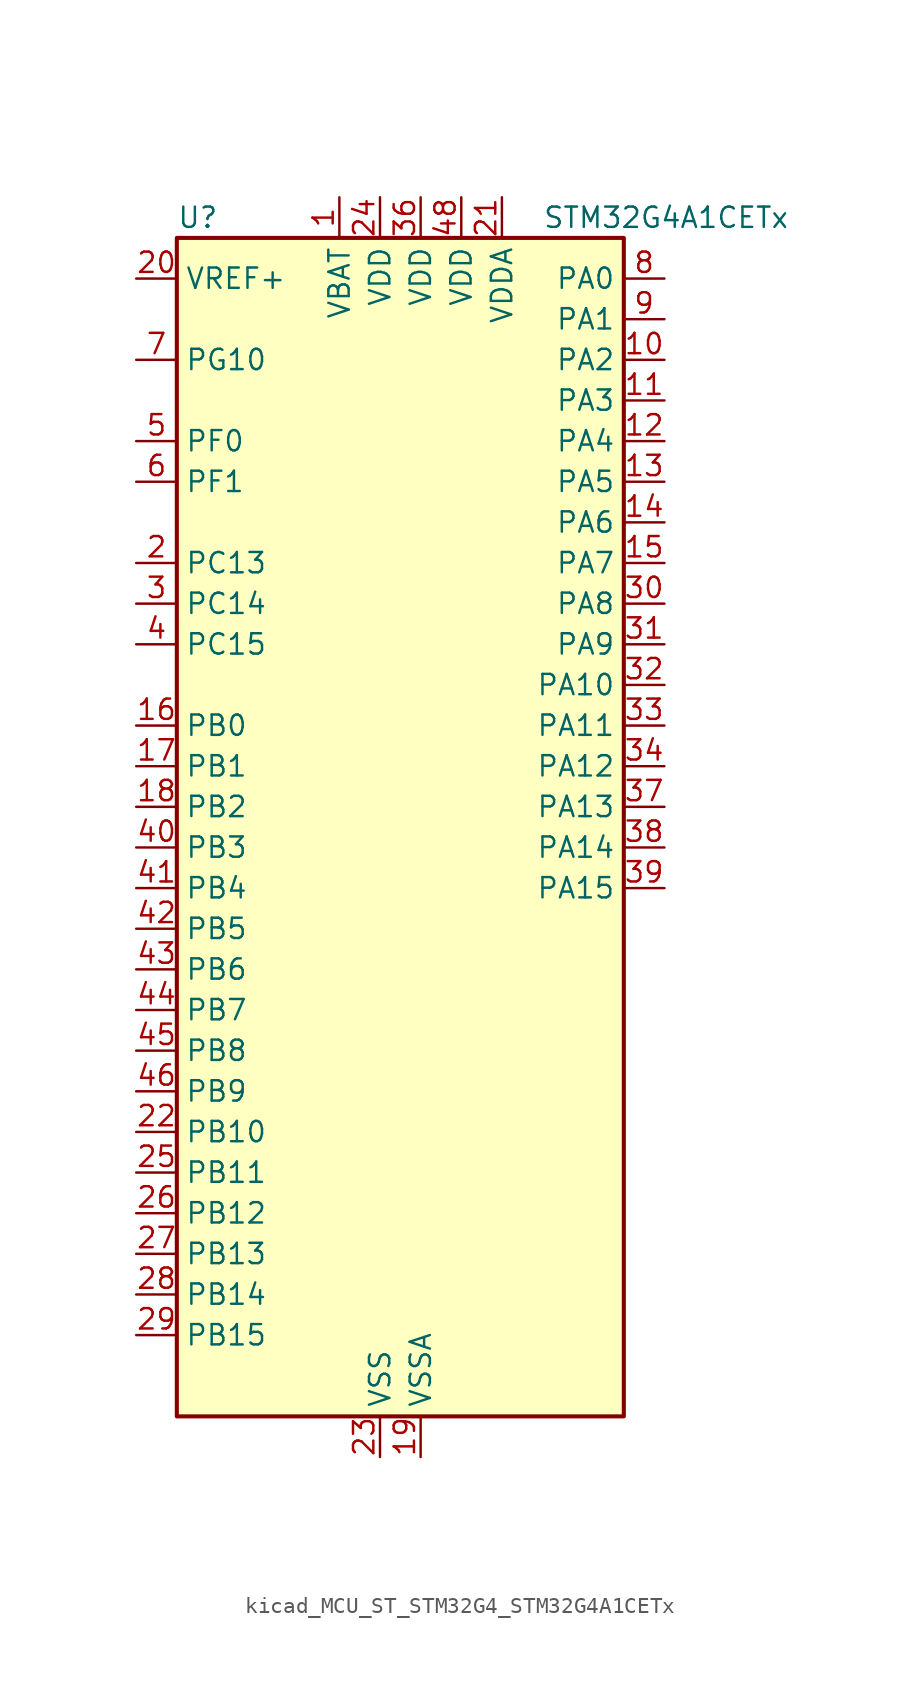
<source format=kicad_sym>
(kicad_symbol_lib
  (version 20220914)
  (generator kicad_symbol_editor)
  (symbol "kicad_MCU_ST_STM32G4_STM32G4A1CETx"
    (property "Reference" "U"
      (at -12.7 39.37 0)
      (effects (font (size 1.27 1.27)) (justify left)))
    (property "Value" "STM32G4A1CETx"
      (at 10.16 39.37 0)
      (effects (font (size 1.27 1.27)) (justify left)))
    (property "ki_locked" ""
      (at 0 0 0)
      (effects (font (size 1.27 1.27))))
    (symbol "kicad_MCU_ST_STM32G4_STM32G4A1CETx_0_1"
      (rectangle (start -12.7 -35.56) (end 15.24 38.1) (stroke (width 0.254) (type default)) (fill (type background))))
    (symbol "kicad_MCU_ST_STM32G4_STM32G4A1CETx_1_1"
      (pin power_in line (at -2.54 40.64 270) (length 2.54) (name "VBAT" (effects (font (size 1.27 1.27)))) (number "1" (effects (font (size 1.27 1.27)))))
      (pin bidirectional line (at 17.78 30.48 180) (length 2.54) (name "PA2" (effects (font (size 1.27 1.27)))) (number "10" (effects (font (size 1.27 1.27)))) (alternate "ADC1_IN3" bidirectional line) (alternate "ADC3_EXTI2" bidirectional line) (alternate "COMP2_INM" bidirectional line) (alternate "COMP2_OUT" bidirectional line) (alternate "LPUART1_TX" bidirectional line) (alternate "OPAMP1_VOUT" bidirectional line) (alternate "QUADSPI1_BK1_NCS" bidirectional line) (alternate "RCC_LSCO" bidirectional line) (alternate "SYS_WKUP4" bidirectional line) (alternate "TIM15_CH1" bidirectional line) (alternate "TIM2_CH3" bidirectional line) (alternate "UCPD1_FRSTX1" bidirectional line) (alternate "UCPD1_FRSTX2" bidirectional line) (alternate "USART2_TX" bidirectional line))
      (pin bidirectional line (at 17.78 27.94 180) (length 2.54) (name "PA3" (effects (font (size 1.27 1.27)))) (number "11" (effects (font (size 1.27 1.27)))) (alternate "ADC1_IN4" bidirectional line) (alternate "ADC3_EXTI3" bidirectional line) (alternate "COMP2_INP" bidirectional line) (alternate "LPUART1_RX" bidirectional line) (alternate "OPAMP1_VINM" bidirectional line) (alternate "OPAMP1_VINM0" bidirectional line) (alternate "OPAMP1_VINM_SEC" bidirectional line) (alternate "OPAMP1_VINP" bidirectional line) (alternate "OPAMP1_VINP_SEC" bidirectional line) (alternate "QUADSPI1_CLK" bidirectional line) (alternate "SAI1_CK1" bidirectional line) (alternate "SAI1_MCLK_A" bidirectional line) (alternate "TIM15_CH2" bidirectional line) (alternate "TIM2_CH4" bidirectional line) (alternate "USART2_RX" bidirectional line))
      (pin bidirectional line (at 17.78 25.4 180) (length 2.54) (name "PA4" (effects (font (size 1.27 1.27)))) (number "12" (effects (font (size 1.27 1.27)))) (alternate "ADC2_IN17" bidirectional line) (alternate "COMP1_INM" bidirectional line) (alternate "DAC1_OUT1" bidirectional line) (alternate "I2S3_WS" bidirectional line) (alternate "SAI1_FS_B" bidirectional line) (alternate "SPI1_NSS" bidirectional line) (alternate "SPI3_NSS" bidirectional line) (alternate "TIM3_CH2" bidirectional line) (alternate "USART2_CK" bidirectional line))
      (pin bidirectional line (at 17.78 22.86 180) (length 2.54) (name "PA5" (effects (font (size 1.27 1.27)))) (number "13" (effects (font (size 1.27 1.27)))) (alternate "ADC2_IN13" bidirectional line) (alternate "COMP2_INM" bidirectional line) (alternate "DAC1_OUT2" bidirectional line) (alternate "OPAMP2_VINM" bidirectional line) (alternate "OPAMP2_VINM0" bidirectional line) (alternate "OPAMP2_VINM_SEC" bidirectional line) (alternate "SPI1_SCK" bidirectional line) (alternate "TIM2_CH1" bidirectional line) (alternate "TIM2_ETR" bidirectional line) (alternate "UCPD1_FRSTX1" bidirectional line) (alternate "UCPD1_FRSTX2" bidirectional line))
      (pin bidirectional line (at 17.78 20.32 180) (length 2.54) (name "PA6" (effects (font (size 1.27 1.27)))) (number "14" (effects (font (size 1.27 1.27)))) (alternate "ADC2_IN3" bidirectional line) (alternate "COMP1_OUT" bidirectional line) (alternate "LPUART1_CTS" bidirectional line) (alternate "OPAMP2_VOUT" bidirectional line) (alternate "QUADSPI1_BK1_IO3" bidirectional line) (alternate "SPI1_MISO" bidirectional line) (alternate "TIM16_CH1" bidirectional line) (alternate "TIM1_BKIN" bidirectional line) (alternate "TIM3_CH1" bidirectional line) (alternate "TIM8_BKIN" bidirectional line))
      (pin bidirectional line (at 17.78 17.78 180) (length 2.54) (name "PA7" (effects (font (size 1.27 1.27)))) (number "15" (effects (font (size 1.27 1.27)))) (alternate "ADC2_IN4" bidirectional line) (alternate "COMP2_INP" bidirectional line) (alternate "COMP2_OUT" bidirectional line) (alternate "OPAMP1_VINP" bidirectional line) (alternate "OPAMP1_VINP_SEC" bidirectional line) (alternate "OPAMP2_VINP" bidirectional line) (alternate "OPAMP2_VINP_SEC" bidirectional line) (alternate "QUADSPI1_BK1_IO2" bidirectional line) (alternate "SPI1_MOSI" bidirectional line) (alternate "TIM17_CH1" bidirectional line) (alternate "TIM1_CH1N" bidirectional line) (alternate "TIM3_CH2" bidirectional line) (alternate "TIM8_CH1N" bidirectional line) (alternate "UCPD1_FRSTX1" bidirectional line) (alternate "UCPD1_FRSTX2" bidirectional line))
      (pin bidirectional line (at -15.24 7.62 0) (length 2.54) (name "PB0" (effects (font (size 1.27 1.27)))) (number "16" (effects (font (size 1.27 1.27)))) (alternate "ADC1_IN15" bidirectional line) (alternate "ADC3_IN12" bidirectional line) (alternate "COMP4_INP" bidirectional line) (alternate "OPAMP2_VINP" bidirectional line) (alternate "OPAMP2_VINP_SEC" bidirectional line) (alternate "OPAMP3_VINP" bidirectional line) (alternate "OPAMP3_VINP_SEC" bidirectional line) (alternate "QUADSPI1_BK1_IO1" bidirectional line) (alternate "TIM1_CH2N" bidirectional line) (alternate "TIM3_CH3" bidirectional line) (alternate "TIM8_CH2N" bidirectional line) (alternate "UCPD1_FRSTX1" bidirectional line) (alternate "UCPD1_FRSTX2" bidirectional line))
      (pin bidirectional line (at -15.24 5.08 0) (length 2.54) (name "PB1" (effects (font (size 1.27 1.27)))) (number "17" (effects (font (size 1.27 1.27)))) (alternate "ADC1_IN12" bidirectional line) (alternate "ADC3_IN1" bidirectional line) (alternate "COMP1_INP" bidirectional line) (alternate "COMP4_OUT" bidirectional line) (alternate "LPUART1_DE" bidirectional line) (alternate "LPUART1_RTS" bidirectional line) (alternate "OPAMP3_VOUT" bidirectional line) (alternate "OPAMP6_VINM" bidirectional line) (alternate "OPAMP6_VINM1" bidirectional line) (alternate "OPAMP6_VINM_SEC" bidirectional line) (alternate "QUADSPI1_BK1_IO0" bidirectional line) (alternate "TIM1_CH3N" bidirectional line) (alternate "TIM3_CH4" bidirectional line) (alternate "TIM8_CH3N" bidirectional line))
      (pin bidirectional line (at -15.24 2.54 0) (length 2.54) (name "PB2" (effects (font (size 1.27 1.27)))) (number "18" (effects (font (size 1.27 1.27)))) (alternate "ADC2_IN12" bidirectional line) (alternate "ADC3_EXTI2" bidirectional line) (alternate "COMP4_INM" bidirectional line) (alternate "I2C3_SMBA" bidirectional line) (alternate "LPTIM1_OUT" bidirectional line) (alternate "OPAMP3_VINM" bidirectional line) (alternate "OPAMP3_VINM0" bidirectional line) (alternate "OPAMP3_VINM_SEC" bidirectional line) (alternate "QUADSPI1_BK2_IO1" bidirectional line) (alternate "RTC_OUT2" bidirectional line) (alternate "TIM20_CH1" bidirectional line))
      (pin power_in line (at 2.54 -38.1 90) (length 2.54) (name "VSSA" (effects (font (size 1.27 1.27)))) (number "19" (effects (font (size 1.27 1.27)))))
      (pin bidirectional line (at -15.24 17.78 0) (length 2.54) (name "PC13" (effects (font (size 1.27 1.27)))) (number "2" (effects (font (size 1.27 1.27)))) (alternate "RTC_OUT1" bidirectional line) (alternate "RTC_TAMP1" bidirectional line) (alternate "RTC_TS" bidirectional line) (alternate "SYS_WKUP2" bidirectional line) (alternate "TIM1_BKIN" bidirectional line) (alternate "TIM1_CH1N" bidirectional line) (alternate "TIM8_CH4N" bidirectional line))
      (pin input line (at -15.24 35.56 0) (length 2.54) (name "VREF+" (effects (font (size 1.27 1.27)))) (number "20" (effects (font (size 1.27 1.27)))) (alternate "VREFBUF_OUT" bidirectional line))
      (pin power_in line (at 7.62 40.64 270) (length 2.54) (name "VDDA" (effects (font (size 1.27 1.27)))) (number "21" (effects (font (size 1.27 1.27)))))
      (pin bidirectional line (at -15.24 -17.78 0) (length 2.54) (name "PB10" (effects (font (size 1.27 1.27)))) (number "22" (effects (font (size 1.27 1.27)))) (alternate "DAC1_EXTI10" bidirectional line) (alternate "DAC3_EXTI10" bidirectional line) (alternate "LPUART1_RX" bidirectional line) (alternate "OPAMP3_VINM" bidirectional line) (alternate "OPAMP3_VINM1" bidirectional line) (alternate "OPAMP3_VINM_SEC" bidirectional line) (alternate "QUADSPI1_CLK" bidirectional line) (alternate "SAI1_SCK_A" bidirectional line) (alternate "TIM1_BKIN" bidirectional line) (alternate "TIM2_CH3" bidirectional line) (alternate "USART3_TX" bidirectional line))
      (pin power_in line (at 0 -38.1 90) (length 2.54) (name "VSS" (effects (font (size 1.27 1.27)))) (number "23" (effects (font (size 1.27 1.27)))))
      (pin power_in line (at 0 40.64 270) (length 2.54) (name "VDD" (effects (font (size 1.27 1.27)))) (number "24" (effects (font (size 1.27 1.27)))))
      (pin bidirectional line (at -15.24 -20.32 0) (length 2.54) (name "PB11" (effects (font (size 1.27 1.27)))) (number "25" (effects (font (size 1.27 1.27)))) (alternate "ADC1_EXTI11" bidirectional line) (alternate "ADC1_IN14" bidirectional line) (alternate "ADC2_EXTI11" bidirectional line) (alternate "ADC2_IN14" bidirectional line) (alternate "LPUART1_TX" bidirectional line) (alternate "OPAMP6_VOUT" bidirectional line) (alternate "QUADSPI1_BK1_NCS" bidirectional line) (alternate "TIM2_CH4" bidirectional line) (alternate "USART3_RX" bidirectional line))
      (pin bidirectional line (at -15.24 -22.86 0) (length 2.54) (name "PB12" (effects (font (size 1.27 1.27)))) (number "26" (effects (font (size 1.27 1.27)))) (alternate "ADC1_IN11" bidirectional line) (alternate "FDCAN2_RX" bidirectional line) (alternate "I2C2_SMBA" bidirectional line) (alternate "I2S2_WS" bidirectional line) (alternate "LPUART1_DE" bidirectional line) (alternate "LPUART1_RTS" bidirectional line) (alternate "OPAMP6_VINP" bidirectional line) (alternate "OPAMP6_VINP_SEC" bidirectional line) (alternate "SPI2_NSS" bidirectional line) (alternate "TIM1_BKIN" bidirectional line) (alternate "USART3_CK" bidirectional line))
      (pin bidirectional line (at -15.24 -25.4 0) (length 2.54) (name "PB13" (effects (font (size 1.27 1.27)))) (number "27" (effects (font (size 1.27 1.27)))) (alternate "ADC3_IN5" bidirectional line) (alternate "FDCAN2_TX" bidirectional line) (alternate "I2S2_CK" bidirectional line) (alternate "LPUART1_CTS" bidirectional line) (alternate "OPAMP3_VINP" bidirectional line) (alternate "OPAMP3_VINP_SEC" bidirectional line) (alternate "OPAMP6_VINP" bidirectional line) (alternate "OPAMP6_VINP_SEC" bidirectional line) (alternate "SPI2_SCK" bidirectional line) (alternate "TIM1_CH1N" bidirectional line) (alternate "USART3_CTS" bidirectional line) (alternate "USART3_NSS" bidirectional line))
      (pin bidirectional line (at -15.24 -27.94 0) (length 2.54) (name "PB14" (effects (font (size 1.27 1.27)))) (number "28" (effects (font (size 1.27 1.27)))) (alternate "ADC1_IN5" bidirectional line) (alternate "COMP4_OUT" bidirectional line) (alternate "OPAMP2_VINP" bidirectional line) (alternate "OPAMP2_VINP_SEC" bidirectional line) (alternate "SPI2_MISO" bidirectional line) (alternate "TIM15_CH1" bidirectional line) (alternate "TIM1_CH2N" bidirectional line) (alternate "USART3_DE" bidirectional line) (alternate "USART3_RTS" bidirectional line))
      (pin bidirectional line (at -15.24 -30.48 0) (length 2.54) (name "PB15" (effects (font (size 1.27 1.27)))) (number "29" (effects (font (size 1.27 1.27)))) (alternate "ADC1_EXTI15" bidirectional line) (alternate "ADC2_EXTI15" bidirectional line) (alternate "ADC2_IN15" bidirectional line) (alternate "COMP3_OUT" bidirectional line) (alternate "I2S2_SD" bidirectional line) (alternate "RTC_REFIN" bidirectional line) (alternate "SPI2_MOSI" bidirectional line) (alternate "TIM15_CH1N" bidirectional line) (alternate "TIM15_CH2" bidirectional line) (alternate "TIM1_CH3N" bidirectional line))
      (pin bidirectional line (at -15.24 15.24 0) (length 2.54) (name "PC14" (effects (font (size 1.27 1.27)))) (number "3" (effects (font (size 1.27 1.27)))) (alternate "RCC_OSC32_IN" bidirectional line))
      (pin bidirectional line (at 17.78 15.24 180) (length 2.54) (name "PA8" (effects (font (size 1.27 1.27)))) (number "30" (effects (font (size 1.27 1.27)))) (alternate "I2C2_SDA" bidirectional line) (alternate "I2C3_SCL" bidirectional line) (alternate "I2S2_MCK" bidirectional line) (alternate "RCC_MCO" bidirectional line) (alternate "SAI1_CK2" bidirectional line) (alternate "SAI1_SCK_A" bidirectional line) (alternate "TIM1_CH1" bidirectional line) (alternate "TIM4_ETR" bidirectional line) (alternate "USART1_CK" bidirectional line))
      (pin bidirectional line (at 17.78 12.7 180) (length 2.54) (name "PA9" (effects (font (size 1.27 1.27)))) (number "31" (effects (font (size 1.27 1.27)))) (alternate "DAC1_EXTI9" bidirectional line) (alternate "DAC3_EXTI9" bidirectional line) (alternate "I2C2_SCL" bidirectional line) (alternate "I2C3_SMBA" bidirectional line) (alternate "I2S3_MCK" bidirectional line) (alternate "SAI1_FS_A" bidirectional line) (alternate "TIM15_BKIN" bidirectional line) (alternate "TIM1_CH2" bidirectional line) (alternate "TIM2_CH3" bidirectional line) (alternate "UCPD1_DBCC1" bidirectional line) (alternate "USART1_TX" bidirectional line))
      (pin bidirectional line (at 17.78 10.16 180) (length 2.54) (name "PA10" (effects (font (size 1.27 1.27)))) (number "32" (effects (font (size 1.27 1.27)))) (alternate "CRS_SYNC" bidirectional line) (alternate "DAC1_EXTI10" bidirectional line) (alternate "DAC3_EXTI10" bidirectional line) (alternate "I2C2_SMBA" bidirectional line) (alternate "SAI1_D1" bidirectional line) (alternate "SAI1_SD_A" bidirectional line) (alternate "SPI2_MISO" bidirectional line) (alternate "TIM17_BKIN" bidirectional line) (alternate "TIM1_CH3" bidirectional line) (alternate "TIM2_CH4" bidirectional line) (alternate "TIM8_BKIN" bidirectional line) (alternate "UCPD1_DBCC2" bidirectional line) (alternate "USART1_RX" bidirectional line))
      (pin bidirectional line (at 17.78 7.62 180) (length 2.54) (name "PA11" (effects (font (size 1.27 1.27)))) (number "33" (effects (font (size 1.27 1.27)))) (alternate "ADC1_EXTI11" bidirectional line) (alternate "ADC2_EXTI11" bidirectional line) (alternate "COMP1_OUT" bidirectional line) (alternate "FDCAN1_RX" bidirectional line) (alternate "I2S2_SD" bidirectional line) (alternate "SPI2_MOSI" bidirectional line) (alternate "TIM1_BKIN2" bidirectional line) (alternate "TIM1_CH1N" bidirectional line) (alternate "TIM1_CH4" bidirectional line) (alternate "TIM4_CH1" bidirectional line) (alternate "USART1_CTS" bidirectional line) (alternate "USART1_NSS" bidirectional line) (alternate "USB_DM" bidirectional line))
      (pin bidirectional line (at 17.78 5.08 180) (length 2.54) (name "PA12" (effects (font (size 1.27 1.27)))) (number "34" (effects (font (size 1.27 1.27)))) (alternate "COMP2_OUT" bidirectional line) (alternate "FDCAN1_TX" bidirectional line) (alternate "I2S_CKIN" bidirectional line) (alternate "TIM16_CH1" bidirectional line) (alternate "TIM1_CH2N" bidirectional line) (alternate "TIM1_ETR" bidirectional line) (alternate "TIM4_CH2" bidirectional line) (alternate "USART1_DE" bidirectional line) (alternate "USART1_RTS" bidirectional line) (alternate "USB_DP" bidirectional line))
      (pin passive line (at 0 -38.1 90) (length 2.54) hide (name "VSS" (effects (font (size 1.27 1.27)))) (number "35" (effects (font (size 1.27 1.27)))))
      (pin power_in line (at 2.54 40.64 270) (length 2.54) (name "VDD" (effects (font (size 1.27 1.27)))) (number "36" (effects (font (size 1.27 1.27)))))
      (pin bidirectional line (at 17.78 2.54 180) (length 2.54) (name "PA13" (effects (font (size 1.27 1.27)))) (number "37" (effects (font (size 1.27 1.27)))) (alternate "I2C1_SCL" bidirectional line) (alternate "IR_OUT" bidirectional line) (alternate "SAI1_SD_B" bidirectional line) (alternate "SYS_JTMS-SWDIO" bidirectional line) (alternate "TIM16_CH1N" bidirectional line) (alternate "TIM4_CH3" bidirectional line) (alternate "USART3_CTS" bidirectional line) (alternate "USART3_NSS" bidirectional line))
      (pin bidirectional line (at 17.78 0 180) (length 2.54) (name "PA14" (effects (font (size 1.27 1.27)))) (number "38" (effects (font (size 1.27 1.27)))) (alternate "I2C1_SDA" bidirectional line) (alternate "LPTIM1_OUT" bidirectional line) (alternate "SAI1_FS_B" bidirectional line) (alternate "SYS_JTCK-SWCLK" bidirectional line) (alternate "TIM1_BKIN" bidirectional line) (alternate "TIM8_CH2" bidirectional line) (alternate "USART2_TX" bidirectional line))
      (pin bidirectional line (at 17.78 -2.54 180) (length 2.54) (name "PA15" (effects (font (size 1.27 1.27)))) (number "39" (effects (font (size 1.27 1.27)))) (alternate "ADC1_EXTI15" bidirectional line) (alternate "ADC2_EXTI15" bidirectional line) (alternate "I2C1_SCL" bidirectional line) (alternate "I2S3_WS" bidirectional line) (alternate "SPI1_NSS" bidirectional line) (alternate "SPI3_NSS" bidirectional line) (alternate "SYS_JTDI" bidirectional line) (alternate "TIM1_BKIN" bidirectional line) (alternate "TIM20_ETR" bidirectional line) (alternate "TIM2_CH1" bidirectional line) (alternate "TIM2_ETR" bidirectional line) (alternate "TIM8_CH1" bidirectional line) (alternate "USART2_RX" bidirectional line))
      (pin bidirectional line (at -15.24 12.7 0) (length 2.54) (name "PC15" (effects (font (size 1.27 1.27)))) (number "4" (effects (font (size 1.27 1.27)))) (alternate "ADC1_EXTI15" bidirectional line) (alternate "ADC2_EXTI15" bidirectional line) (alternate "RCC_OSC32_OUT" bidirectional line))
      (pin bidirectional line (at -15.24 0 0) (length 2.54) (name "PB3" (effects (font (size 1.27 1.27)))) (number "40" (effects (font (size 1.27 1.27)))) (alternate "ADC3_EXTI3" bidirectional line) (alternate "CRS_SYNC" bidirectional line) (alternate "I2S3_CK" bidirectional line) (alternate "SAI1_SCK_B" bidirectional line) (alternate "SPI1_SCK" bidirectional line) (alternate "SPI3_SCK" bidirectional line) (alternate "SYS_JTDO-SWO" bidirectional line) (alternate "TIM2_CH2" bidirectional line) (alternate "TIM3_ETR" bidirectional line) (alternate "TIM4_ETR" bidirectional line) (alternate "TIM8_CH1N" bidirectional line) (alternate "USART2_TX" bidirectional line))
      (pin bidirectional line (at -15.24 -2.54 0) (length 2.54) (name "PB4" (effects (font (size 1.27 1.27)))) (number "41" (effects (font (size 1.27 1.27)))) (alternate "SAI1_MCLK_B" bidirectional line) (alternate "SPI1_MISO" bidirectional line) (alternate "SPI3_MISO" bidirectional line) (alternate "SYS_JTRST" bidirectional line) (alternate "TIM16_CH1" bidirectional line) (alternate "TIM17_BKIN" bidirectional line) (alternate "TIM3_CH1" bidirectional line) (alternate "TIM8_CH2N" bidirectional line) (alternate "UCPD1_CC2" bidirectional line) (alternate "USART2_RX" bidirectional line))
      (pin bidirectional line (at -15.24 -5.08 0) (length 2.54) (name "PB5" (effects (font (size 1.27 1.27)))) (number "42" (effects (font (size 1.27 1.27)))) (alternate "FDCAN2_RX" bidirectional line) (alternate "I2C1_SMBA" bidirectional line) (alternate "I2C3_SDA" bidirectional line) (alternate "I2S3_SD" bidirectional line) (alternate "LPTIM1_IN1" bidirectional line) (alternate "SAI1_SD_B" bidirectional line) (alternate "SPI1_MOSI" bidirectional line) (alternate "SPI3_MOSI" bidirectional line) (alternate "TIM16_BKIN" bidirectional line) (alternate "TIM17_CH1" bidirectional line) (alternate "TIM3_CH2" bidirectional line) (alternate "TIM8_CH3N" bidirectional line) (alternate "USART2_CK" bidirectional line))
      (pin bidirectional line (at -15.24 -7.62 0) (length 2.54) (name "PB6" (effects (font (size 1.27 1.27)))) (number "43" (effects (font (size 1.27 1.27)))) (alternate "COMP4_OUT" bidirectional line) (alternate "FDCAN2_TX" bidirectional line) (alternate "LPTIM1_ETR" bidirectional line) (alternate "SAI1_FS_B" bidirectional line) (alternate "TIM16_CH1N" bidirectional line) (alternate "TIM4_CH1" bidirectional line) (alternate "TIM8_BKIN2" bidirectional line) (alternate "TIM8_CH1" bidirectional line) (alternate "TIM8_ETR" bidirectional line) (alternate "UCPD1_CC1" bidirectional line) (alternate "USART1_TX" bidirectional line))
      (pin bidirectional line (at -15.24 -10.16 0) (length 2.54) (name "PB7" (effects (font (size 1.27 1.27)))) (number "44" (effects (font (size 1.27 1.27)))) (alternate "COMP3_OUT" bidirectional line) (alternate "I2C1_SDA" bidirectional line) (alternate "LPTIM1_IN2" bidirectional line) (alternate "SYS_PVD_IN" bidirectional line) (alternate "TIM17_CH1N" bidirectional line) (alternate "TIM3_CH4" bidirectional line) (alternate "TIM4_CH2" bidirectional line) (alternate "TIM8_BKIN" bidirectional line) (alternate "USART1_RX" bidirectional line))
      (pin bidirectional line (at -15.24 -12.7 0) (length 2.54) (name "PB8" (effects (font (size 1.27 1.27)))) (number "45" (effects (font (size 1.27 1.27)))) (alternate "COMP1_OUT" bidirectional line) (alternate "FDCAN1_RX" bidirectional line) (alternate "I2C1_SCL" bidirectional line) (alternate "SAI1_CK1" bidirectional line) (alternate "SAI1_MCLK_A" bidirectional line) (alternate "TIM16_CH1" bidirectional line) (alternate "TIM1_BKIN" bidirectional line) (alternate "TIM4_CH3" bidirectional line) (alternate "TIM8_CH2" bidirectional line) (alternate "USART3_RX" bidirectional line))
      (pin bidirectional line (at -15.24 -15.24 0) (length 2.54) (name "PB9" (effects (font (size 1.27 1.27)))) (number "46" (effects (font (size 1.27 1.27)))) (alternate "COMP2_OUT" bidirectional line) (alternate "DAC1_EXTI9" bidirectional line) (alternate "DAC3_EXTI9" bidirectional line) (alternate "FDCAN1_TX" bidirectional line) (alternate "I2C1_SDA" bidirectional line) (alternate "IR_OUT" bidirectional line) (alternate "SAI1_D2" bidirectional line) (alternate "SAI1_FS_A" bidirectional line) (alternate "TIM17_CH1" bidirectional line) (alternate "TIM1_CH3N" bidirectional line) (alternate "TIM4_CH4" bidirectional line) (alternate "TIM8_CH3" bidirectional line) (alternate "USART3_TX" bidirectional line))
      (pin passive line (at 0 -38.1 90) (length 2.54) hide (name "VSS" (effects (font (size 1.27 1.27)))) (number "47" (effects (font (size 1.27 1.27)))))
      (pin power_in line (at 5.08 40.64 270) (length 2.54) (name "VDD" (effects (font (size 1.27 1.27)))) (number "48" (effects (font (size 1.27 1.27)))))
      (pin bidirectional line (at -15.24 25.4 0) (length 2.54) (name "PF0" (effects (font (size 1.27 1.27)))) (number "5" (effects (font (size 1.27 1.27)))) (alternate "ADC1_IN10" bidirectional line) (alternate "I2C2_SDA" bidirectional line) (alternate "I2S2_WS" bidirectional line) (alternate "RCC_OSC_IN" bidirectional line) (alternate "SPI2_NSS" bidirectional line) (alternate "TIM1_CH3N" bidirectional line))
      (pin bidirectional line (at -15.24 22.86 0) (length 2.54) (name "PF1" (effects (font (size 1.27 1.27)))) (number "6" (effects (font (size 1.27 1.27)))) (alternate "ADC2_IN10" bidirectional line) (alternate "COMP3_INM" bidirectional line) (alternate "I2S2_CK" bidirectional line) (alternate "RCC_OSC_OUT" bidirectional line) (alternate "SPI2_SCK" bidirectional line))
      (pin bidirectional line (at -15.24 30.48 0) (length 2.54) (name "PG10" (effects (font (size 1.27 1.27)))) (number "7" (effects (font (size 1.27 1.27)))) (alternate "DAC1_EXTI10" bidirectional line) (alternate "DAC3_EXTI10" bidirectional line) (alternate "RCC_MCO" bidirectional line))
      (pin bidirectional line (at 17.78 35.56 180) (length 2.54) (name "PA0" (effects (font (size 1.27 1.27)))) (number "8" (effects (font (size 1.27 1.27)))) (alternate "ADC1_IN1" bidirectional line) (alternate "ADC2_IN1" bidirectional line) (alternate "COMP1_INM" bidirectional line) (alternate "COMP1_OUT" bidirectional line) (alternate "COMP3_INP" bidirectional line) (alternate "RTC_TAMP2" bidirectional line) (alternate "SYS_WKUP1" bidirectional line) (alternate "TIM2_CH1" bidirectional line) (alternate "TIM2_ETR" bidirectional line) (alternate "TIM8_BKIN" bidirectional line) (alternate "TIM8_ETR" bidirectional line) (alternate "USART2_CTS" bidirectional line) (alternate "USART2_NSS" bidirectional line))
      (pin bidirectional line (at 17.78 33.02 180) (length 2.54) (name "PA1" (effects (font (size 1.27 1.27)))) (number "9" (effects (font (size 1.27 1.27)))) (alternate "ADC1_IN2" bidirectional line) (alternate "ADC2_IN2" bidirectional line) (alternate "COMP1_INP" bidirectional line) (alternate "OPAMP1_VINP" bidirectional line) (alternate "OPAMP1_VINP_SEC" bidirectional line) (alternate "OPAMP3_VINP" bidirectional line) (alternate "OPAMP3_VINP_SEC" bidirectional line) (alternate "OPAMP6_VINM" bidirectional line) (alternate "OPAMP6_VINM0" bidirectional line) (alternate "OPAMP6_VINM_SEC" bidirectional line) (alternate "RTC_REFIN" bidirectional line) (alternate "TIM15_CH1N" bidirectional line) (alternate "TIM2_CH2" bidirectional line) (alternate "USART2_DE" bidirectional line) (alternate "USART2_RTS" bidirectional line)))))
</source>
